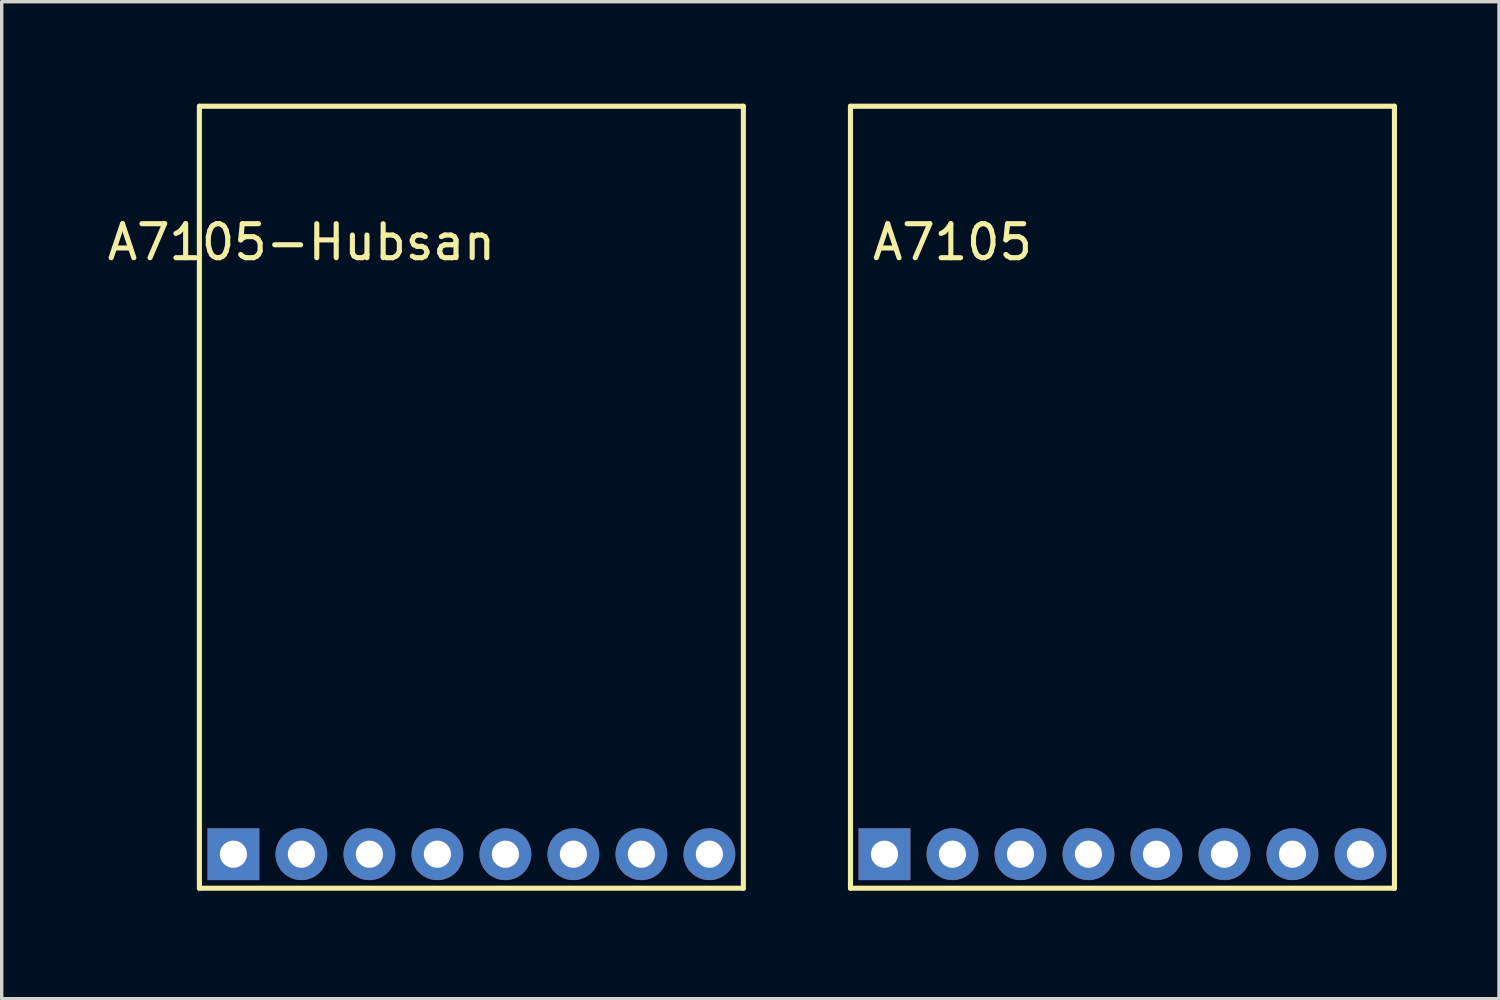
<source format=kicad_pcb>
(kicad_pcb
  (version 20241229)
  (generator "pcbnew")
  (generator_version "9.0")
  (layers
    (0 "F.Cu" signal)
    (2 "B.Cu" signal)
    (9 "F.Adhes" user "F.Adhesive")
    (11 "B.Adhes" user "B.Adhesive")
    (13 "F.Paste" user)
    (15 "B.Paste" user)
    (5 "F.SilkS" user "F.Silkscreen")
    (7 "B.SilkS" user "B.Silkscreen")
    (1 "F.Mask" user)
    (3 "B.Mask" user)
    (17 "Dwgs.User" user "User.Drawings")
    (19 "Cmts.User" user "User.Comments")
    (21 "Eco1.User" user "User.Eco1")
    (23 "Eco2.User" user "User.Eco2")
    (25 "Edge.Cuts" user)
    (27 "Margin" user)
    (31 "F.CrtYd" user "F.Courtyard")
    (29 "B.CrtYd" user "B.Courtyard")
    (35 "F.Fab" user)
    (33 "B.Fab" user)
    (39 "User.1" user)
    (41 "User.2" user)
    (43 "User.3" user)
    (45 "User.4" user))
  (footprint "A7105-Hubsan"
    (layer "F.Cu")
    (at 10.815 23.075)
    (property "Reference" "A7105-Hubsan" (at -5 -19 0) (layer "F.SilkS") (effects (font (size 1 1) (thickness 0.15))))
    (attr through_hole)
    (fp_line (start -8 -23) (end 8 -23) (stroke (width 0.15) (type solid)) (layer "F.SilkS"))
    (fp_line (start -8 0) (end -8 -23) (stroke (width 0.15) (type solid)) (layer "F.SilkS"))
    (fp_line (start -8 0) (end 8 0) (stroke (width 0.15) (type solid)) (layer "F.SilkS"))
    (fp_line (start 8 0) (end 8 -23) (stroke (width 0.15) (type solid)) (layer "F.SilkS"))
    (pad "1" thru_hole rect (at -7 -1) (size 1.524 1.524) (drill 0.8) (layers "*.Cu" "*.Mask"))
    (pad "2" thru_hole circle (at -5 -1) (size 1.524 1.524) (drill 0.8) (layers "*.Cu" "*.Mask"))
    (pad "3" thru_hole circle (at -3 -1) (size 1.524 1.524) (drill 0.8) (layers "*.Cu" "*.Mask"))
    (pad "4" thru_hole circle (at -1 -1) (size 1.524 1.524) (drill 0.8) (layers "*.Cu" "*.Mask"))
    (pad "5" thru_hole circle (at 1 -1) (size 1.524 1.524) (drill 0.8) (layers "*.Cu" "*.Mask"))
    (pad "6" thru_hole circle (at 3 -1) (size 1.524 1.524) (drill 0.8) (layers "*.Cu" "*.Mask"))
    (pad "7" thru_hole circle (at 5 -1) (size 1.524 1.524) (drill 0.8) (layers "*.Cu" "*.Mask"))
    (pad "8" thru_hole circle (at 7 -1) (size 1.524 1.524) (drill 0.8) (layers "*.Cu" "*.Mask")))
  (footprint "A7105"
    (layer "F.Cu")
    (at 29.965 23.075)
    (property "Reference" "A7105" (at -5 -19 0) (layer "F.SilkS") (effects (font (size 1 1) (thickness 0.15))))
    (attr through_hole)
    (fp_line (start -8 -23) (end 8 -23) (stroke (width 0.15) (type solid)) (layer "F.SilkS"))
    (fp_line (start -8 0) (end -8 -23) (stroke (width 0.15) (type solid)) (layer "F.SilkS"))
    (fp_line (start -8 0) (end 8 0) (stroke (width 0.15) (type solid)) (layer "F.SilkS"))
    (fp_line (start 8 0) (end 8 -23) (stroke (width 0.15) (type solid)) (layer "F.SilkS"))
    (pad "1" thru_hole rect (at -7 -1) (size 1.524 1.524) (drill 0.8) (layers "*.Cu" "*.Mask"))
    (pad "2" thru_hole circle (at -5 -1) (size 1.524 1.524) (drill 0.8) (layers "*.Cu" "*.Mask"))
    (pad "3" thru_hole circle (at -3 -1) (size 1.524 1.524) (drill 0.8) (layers "*.Cu" "*.Mask"))
    (pad "4" thru_hole circle (at -1 -1) (size 1.524 1.524) (drill 0.8) (layers "*.Cu" "*.Mask"))
    (pad "5" thru_hole circle (at 1 -1) (size 1.524 1.524) (drill 0.8) (layers "*.Cu" "*.Mask"))
    (pad "6" thru_hole circle (at 3 -1) (size 1.524 1.524) (drill 0.8) (layers "*.Cu" "*.Mask"))
    (pad "7" thru_hole circle (at 5 -1) (size 1.524 1.524) (drill 0.8) (layers "*.Cu" "*.Mask"))
    (pad "8" thru_hole circle (at 7 -1) (size 1.524 1.524) (drill 0.8) (layers "*.Cu" "*.Mask")))
  (gr_rect
    (start -3 -3)
    (end 41.04 26.325)
    (stroke (width 0.1) (type default))
    (fill no)
    (layer "Edge.Cuts")))
</source>
